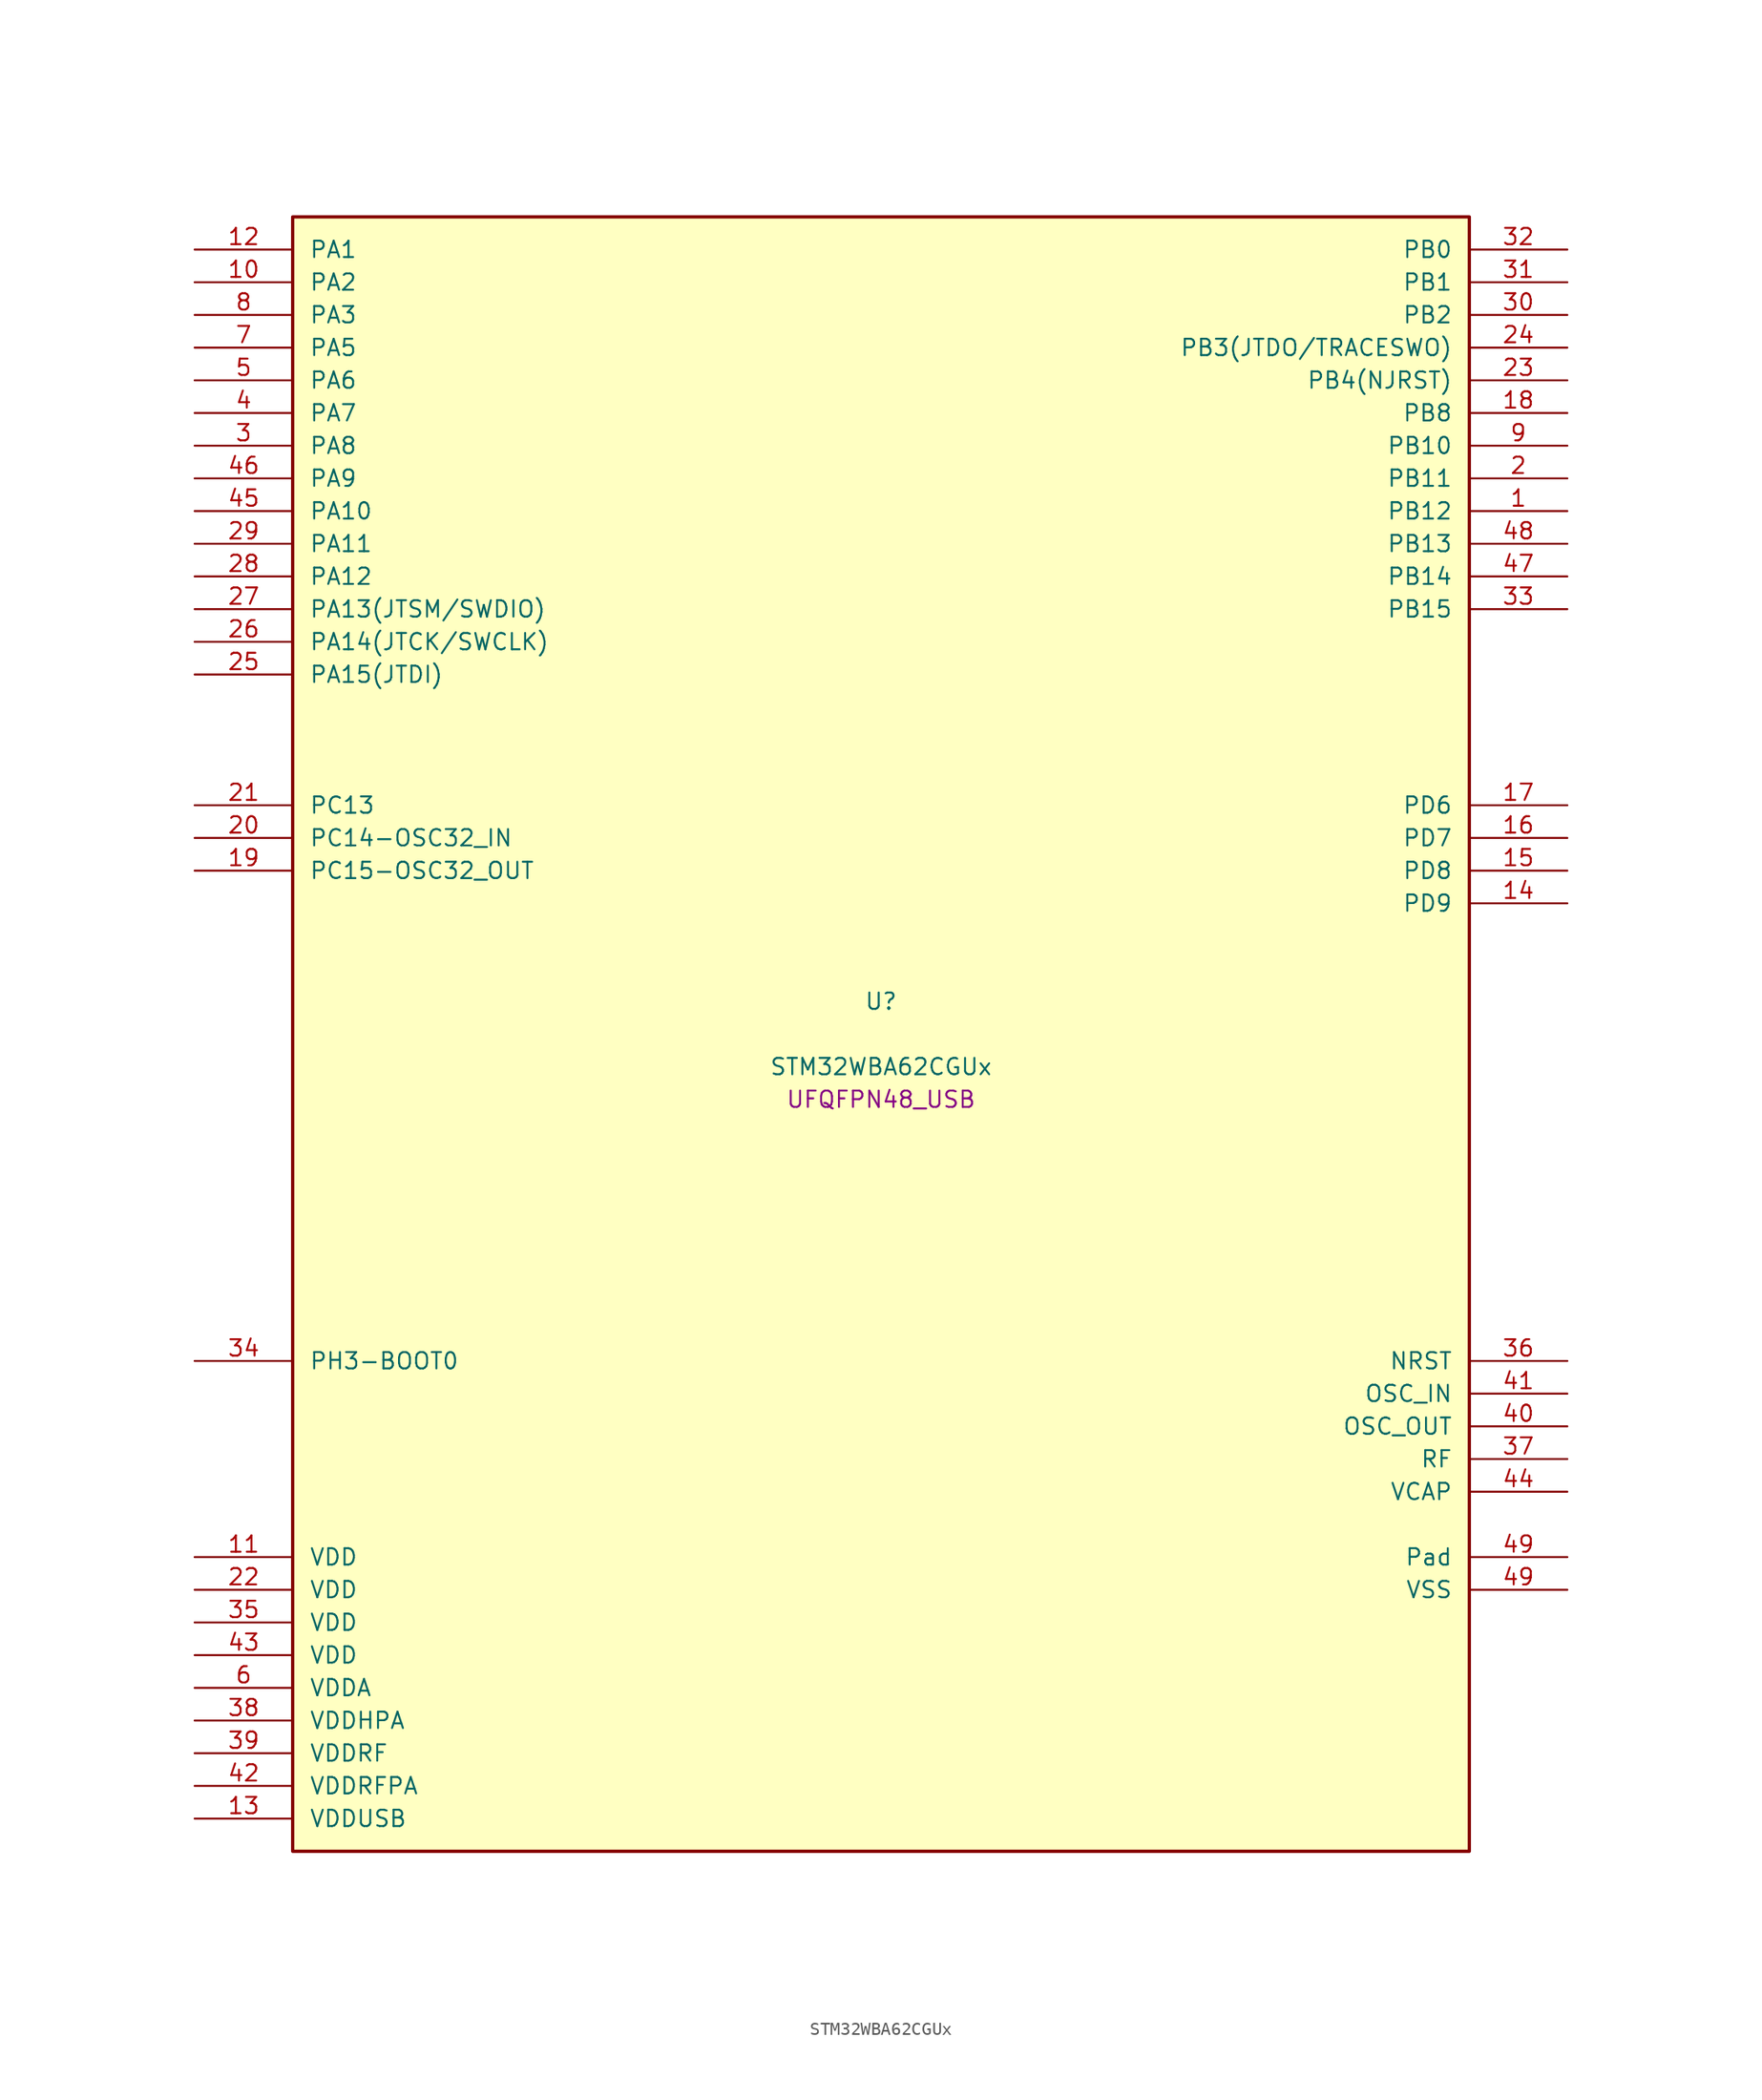
<source format=kicad_sym>
(kicad_symbol_lib
  (version 20241209)
  (generator "stm32_pkl_generator")
  (generator_version "1.0")
  (symbol "STM32WBA62CGUx"
    (pin_names
      (offset 1.27))
    (property "Reference" "U"
      (at 0 2.54 0))
    (property "Value" "STM32WBA62CGUx"
      (at 0 -2.54 0))
    (property "Footprint" "UFQFPN48_USB"
      (at 0 -5.08 0))
    (symbol "STM32WBA62CGUx_1_1"
      (rectangle (start -45.72 63.5) (end 45.72 -63.5) (stroke (width 0.254) (type solid)) (fill (type background)))
      (pin bidirectional line (at -53.34 60.96 0) (length 7.62) (name "PA1") (number "12") (alternate "PA1/ADC4_IN8" bidirectional line) (alternate "PA1/COMP1_INM" bidirectional line) (alternate "PA1/LPTIM2_CH2" bidirectional line) (alternate "PA1/LPUART1_RX" bidirectional line) (alternate "PA1/PWR_WKUP3" bidirectional line) (alternate "PA1/SAI1_CK1" bidirectional line) (alternate "PA1/SPI1_RDY" bidirectional line) (alternate "PA1/SPI3_MISO" bidirectional line) (alternate "PA1/TIM17_CH1" bidirectional line) (alternate "PA1/TIM1_CH1N" bidirectional line) (alternate "PA1/TIM3_CH2" bidirectional line) (alternate "PA1/TSC_G2_IO1" bidirectional line) (alternate "PA1/USART1_CK" bidirectional line))
      (pin bidirectional line (at -53.34 58.42 0) (length 7.62) (name "PA2") (number "10") (alternate "PA2/ADC4_IN7" bidirectional line) (alternate "PA2/COMP1_INP" bidirectional line) (alternate "PA2/LPUART1_TX" bidirectional line) (alternate "PA2/PWR_WKUP4" bidirectional line) (alternate "PA2/RCC_LSCO" bidirectional line) (alternate "PA2/SAI1_D1" bidirectional line) (alternate "PA2/TIM16_CH1" bidirectional line) (alternate "PA2/TIM1_BKIN" bidirectional line) (alternate "PA2/TIM3_CH1" bidirectional line) (alternate "PA2/TSC_G4_IO4" bidirectional line) (alternate "PA2/USART1_DE" bidirectional line) (alternate "PA2/USART1_RTS" bidirectional line))
      (pin bidirectional line (at -53.34 55.88 0) (length 7.62) (name "PA3") (number "8") (alternate "PA3/ADC4_IN6" bidirectional line) (alternate "PA3/PWR_WKUP5" bidirectional line) (alternate "PA3/TIM16_CH1N" bidirectional line) (alternate "PA3/TSC_G4_IO2" bidirectional line) (alternate "PA3/USART1_DE" bidirectional line) (alternate "PA3/USART1_RTS" bidirectional line))
      (pin bidirectional line (at -53.34 53.34 0) (length 7.62) (name "PA5") (number "7") (alternate "PA5/ADC4_IN4" bidirectional line) (alternate "PA5/AUDIOCLK" bidirectional line) (alternate "PA5/LPTIM2_ETR" bidirectional line) (alternate "PA5/PWR_CSLEEP" bidirectional line) (alternate "PA5/PWR_WKUP6" bidirectional line) (alternate "PA5/SAI1_D2" bidirectional line) (alternate "PA5/SPI3_NSS" bidirectional line) (alternate "PA5/TIM2_CH1" bidirectional line) (alternate "PA5/TIM2_ETR" bidirectional line) (alternate "PA5/TSC_G1_IO4" bidirectional line) (alternate "PA5/USART1_CK" bidirectional line) (alternate "PA5/USART3_RX" bidirectional line))
      (pin bidirectional line (at -53.34 50.8 0) (length 7.62) (name "PA6") (number "5") (alternate "PA6/ADC4_IN3" bidirectional line) (alternate "PA6/I2C3_SCL" bidirectional line) (alternate "PA6/PWR_CSTOP" bidirectional line) (alternate "PA6/PWR_WKUP7" bidirectional line) (alternate "PA6/SAI1_CK2" bidirectional line) (alternate "PA6/SAI1_MCLK_A" bidirectional line) (alternate "PA6/SPI3_RDY" bidirectional line) (alternate "PA6/TIM2_CH4" bidirectional line) (alternate "PA6/TSC_G1_IO3" bidirectional line) (alternate "PA6/USART1_DE" bidirectional line) (alternate "PA6/USART1_RTS" bidirectional line) (alternate "PA6/USART3_CTS" bidirectional line))
      (pin bidirectional line (at -53.34 48.26 0) (length 7.62) (name "PA7") (number "4") (alternate "PA7/ADC4_IN2" bidirectional line) (alternate "PA7/COMP1_OUT" bidirectional line) (alternate "PA7/I2C3_SDA" bidirectional line) (alternate "PA7/PWR_WKUP8" bidirectional line) (alternate "PA7/SAI1_SCK_A" bidirectional line) (alternate "PA7/SPI3_SCK" bidirectional line) (alternate "PA7/TAMP_IN1" bidirectional line) (alternate "PA7/TAMP_OUT2" bidirectional line) (alternate "PA7/TIM2_CH3" bidirectional line) (alternate "PA7/TSC_G1_IO2" bidirectional line) (alternate "PA7/USART1_CTS" bidirectional line) (alternate "PA7/USART3_TX" bidirectional line))
      (pin bidirectional line (at -53.34 45.72 0) (length 7.62) (name "PA8") (number "3") (alternate "PA8/ADC4_IN1" bidirectional line) (alternate "PA8/LPTIM1_CH2" bidirectional line) (alternate "PA8/RCC_MCO" bidirectional line) (alternate "PA8/SAI1_FS_A" bidirectional line) (alternate "PA8/SPI3_RDY" bidirectional line) (alternate "PA8/TIM2_CH2" bidirectional line) (alternate "PA8/TSC_G1_IO1" bidirectional line) (alternate "PA8/USART1_RX" bidirectional line) (alternate "PA8/USB_OTG_HS_SOF" bidirectional line))
      (pin bidirectional line (at -53.34 43.18 0) (length 7.62) (name "PA9") (number "46") (alternate "PA9/LPUART1_DE" bidirectional line) (alternate "PA9/LPUART1_RTS" bidirectional line) (alternate "PA9/SAI1_CK1" bidirectional line) (alternate "PA9/TIM3_CH2" bidirectional line))
      (pin bidirectional line (at -53.34 40.64 0) (length 7.62) (name "PA10") (number "45") (alternate "PA10/LPUART1_RX" bidirectional line) (alternate "PA10/SAI1_D1" bidirectional line) (alternate "PA10/TIM3_CH1" bidirectional line))
      (pin bidirectional line (at -53.34 38.1 0) (length 7.62) (name "PA11") (number "29") (alternate "PA11/LPTIM2_CH1" bidirectional line) (alternate "PA11/RF_ANTSW1" bidirectional line) (alternate "PA11/TIM1_CH1" bidirectional line) (alternate "PA11/USART2_RX" bidirectional line))
      (pin bidirectional line (at -53.34 35.56 0) (length 7.62) (name "PA12") (number "28") (alternate "PA12/PTA_STATUS" bidirectional line) (alternate "PA12/PWR_WKUP6" bidirectional line) (alternate "PA12/RF_ANTSW0" bidirectional line) (alternate "PA12/SPI1_NSS" bidirectional line) (alternate "PA12/TIM1_CH2" bidirectional line) (alternate "PA12/TSC_G3_IO4" bidirectional line) (alternate "PA12/USART2_TX" bidirectional line))
      (pin bidirectional line (at -53.34 33.02 0) (length 7.62) (name "PA13(JTSM/SWDIO)") (number "27") (alternate "PA13(JTSM/SWDIO)/DEBUG_JTMS-SWDIO" bidirectional line) (alternate "PA13(JTSM/SWDIO)/PTA_PRIORITY" bidirectional line))
      (pin bidirectional line (at -53.34 30.48 0) (length 7.62) (name "PA14(JTCK/SWCLK)") (number "26") (alternate "PA14(JTCK/SWCLK)/DEBUG_JTCK-SWCLK" bidirectional line) (alternate "PA14(JTCK/SWCLK)/I2C4_SMBA" bidirectional line) (alternate "PA14(JTCK/SWCLK)/PTA_STATUS" bidirectional line) (alternate "PA14(JTCK/SWCLK)/TAMP_IN3" bidirectional line) (alternate "PA14(JTCK/SWCLK)/TAMP_OUT6" bidirectional line) (alternate "PA14(JTCK/SWCLK)/USART2_TX" bidirectional line) (alternate "PA14(JTCK/SWCLK)/USB_OTG_HS_SOF" bidirectional line))
      (pin bidirectional line (at -53.34 27.94 0) (length 7.62) (name "PA15(JTDI)") (number "25") (alternate "PA15(JTDI)/ADC4_EXTI15" bidirectional line) (alternate "PA15(JTDI)/DEBUG_JTDI" bidirectional line) (alternate "PA15(JTDI)/I2C1_SCL" bidirectional line) (alternate "PA15(JTDI)/LPTIM1_CH2" bidirectional line) (alternate "PA15(JTDI)/PTA_STATUS" bidirectional line) (alternate "PA15(JTDI)/SPI1_MOSI" bidirectional line) (alternate "PA15(JTDI)/TIM17_BKIN" bidirectional line) (alternate "PA15(JTDI)/TIM1_ETR" bidirectional line) (alternate "PA15(JTDI)/TSC_G3_IO3" bidirectional line) (alternate "PA15(JTDI)/USART2_DE" bidirectional line) (alternate "PA15(JTDI)/USART2_RTS" bidirectional line) (alternate "PA15(JTDI)/USART3_DE" bidirectional line) (alternate "PA15(JTDI)/USART3_RTS" bidirectional line))
      (pin bidirectional line (at 53.34 60.96 180) (length 7.62) (name "PB0") (number "32") (alternate "PB0/LPTIM2_IN2" bidirectional line) (alternate "PB0/TIM1_CH3N" bidirectional line) (alternate "PB0/USART2_TX" bidirectional line) (alternate "PB0/USART3_CK" bidirectional line))
      (pin bidirectional line (at 53.34 58.42 180) (length 7.62) (name "PB1") (number "31") (alternate "PB1/I2C1_SDA" bidirectional line) (alternate "PB1/I2C3_SDA" bidirectional line) (alternate "PB1/PWR_WKUP4" bidirectional line) (alternate "PB1/TIM1_CH2N" bidirectional line) (alternate "PB1/USART2_DE" bidirectional line) (alternate "PB1/USART2_RTS" bidirectional line) (alternate "PB1/USART3_DE" bidirectional line) (alternate "PB1/USART3_RTS" bidirectional line))
      (pin bidirectional line (at 53.34 55.88 180) (length 7.62) (name "PB2") (number "30") (alternate "PB2/I2C1_SCL" bidirectional line) (alternate "PB2/I2C3_SCL" bidirectional line) (alternate "PB2/PWR_WKUP1" bidirectional line) (alternate "PB2/RF_ANTSW2" bidirectional line) (alternate "PB2/RTC_OUT2" bidirectional line) (alternate "PB2/TIM1_CH1N" bidirectional line) (alternate "PB2/USART2_CTS" bidirectional line))
      (pin bidirectional line (at 53.34 53.34 180) (length 7.62) (name "PB3(JTDO/TRACESWO)") (number "24") (alternate "PB3(JTDO/TRACESWO)/DEBUG_JTDO-SWO" bidirectional line) (alternate "PB3(JTDO/TRACESWO)/I2C1_SDA" bidirectional line) (alternate "PB3(JTDO/TRACESWO)/LPTIM1_IN2" bidirectional line) (alternate "PB3(JTDO/TRACESWO)/PTA_ACTIVE" bidirectional line) (alternate "PB3(JTDO/TRACESWO)/SPI1_MISO" bidirectional line) (alternate "PB3(JTDO/TRACESWO)/TIM17_CH1N" bidirectional line) (alternate "PB3(JTDO/TRACESWO)/TIM1_CH4" bidirectional line) (alternate "PB3(JTDO/TRACESWO)/TSC_G3_IO2" bidirectional line) (alternate "PB3(JTDO/TRACESWO)/USART2_CK" bidirectional line))
      (pin bidirectional line (at 53.34 50.8 180) (length 7.62) (name "PB4(NJRST)") (number "23") (alternate "PB4(NJRST)/DEBUG_NJTRST" bidirectional line) (alternate "PB4(NJRST)/LPTIM2_IN2" bidirectional line) (alternate "PB4(NJRST)/PTA_ACTIVE" bidirectional line) (alternate "PB4(NJRST)/PTA_PRIORITY" bidirectional line) (alternate "PB4(NJRST)/SAI1_MCLK_B" bidirectional line) (alternate "PB4(NJRST)/SPI1_SCK" bidirectional line) (alternate "PB4(NJRST)/TIM17_CH1" bidirectional line) (alternate "PB4(NJRST)/TIM1_CH3" bidirectional line) (alternate "PB4(NJRST)/TSC_G3_IO1" bidirectional line) (alternate "PB4(NJRST)/USART2_RX" bidirectional line))
      (pin bidirectional line (at 53.34 48.26 180) (length 7.62) (name "PB8") (number "18") (alternate "PB8/COMP1_OUT" bidirectional line) (alternate "PB8/LPTIM1_ETR" bidirectional line) (alternate "PB8/PWR_PVD_IN" bidirectional line) (alternate "PB8/SPI3_MOSI" bidirectional line) (alternate "PB8/TIM16_CH1N" bidirectional line) (alternate "PB8/TIM1_CH1" bidirectional line) (alternate "PB8/TIM3_ETR" bidirectional line) (alternate "PB8/TIM4_CH3" bidirectional line) (alternate "PB8/TSC_G2_IO4" bidirectional line) (alternate "PB8/USART2_RX" bidirectional line))
      (pin bidirectional line (at 53.34 45.72 180) (length 7.62) (name "PB10") (number "9") (alternate "PB10/I2C2_SCL" bidirectional line) (alternate "PB10/I2C4_SCL" bidirectional line) (alternate "PB10/TIM16_BKIN" bidirectional line) (alternate "PB10/TSC_G4_IO3" bidirectional line) (alternate "PB10/USART1_CK" bidirectional line) (alternate "PB10/USART3_TX" bidirectional line))
      (pin bidirectional line (at 53.34 43.18 180) (length 7.62) (name "PB11") (number "2") (alternate "PB11/I2C2_SDA" bidirectional line) (alternate "PB11/I2C4_SDA" bidirectional line) (alternate "PB11/LPTIM1_CH1" bidirectional line) (alternate "PB11/LPTIM1_ETR" bidirectional line) (alternate "PB11/LPUART1_TX" bidirectional line) (alternate "PB11/USART3_RX" bidirectional line))
      (pin bidirectional line (at 53.34 40.64 180) (length 7.62) (name "PB12") (number "1") (alternate "PB12/I2C2_SMBA" bidirectional line) (alternate "PB12/SAI1_SD_A" bidirectional line) (alternate "PB12/SPI1_RDY" bidirectional line) (alternate "PB12/TIM2_CH1" bidirectional line) (alternate "PB12/TIM2_ETR" bidirectional line) (alternate "PB12/TIM3_ETR" bidirectional line) (alternate "PB12/TSC_SYNC" bidirectional line) (alternate "PB12/USART1_TX" bidirectional line) (alternate "PB12/USART3_CK" bidirectional line))
      (pin bidirectional line (at 53.34 38.1 180) (length 7.62) (name "PB13") (number "48") (alternate "PB13/I2C2_SCL" bidirectional line) (alternate "PB13/TIM3_CH4" bidirectional line) (alternate "PB13/TSC_G6_IO2" bidirectional line) (alternate "PB13/USART3_CTS" bidirectional line))
      (pin bidirectional line (at 53.34 35.56 180) (length 7.62) (name "PB14") (number "47") (alternate "PB14/I2C2_SDA" bidirectional line) (alternate "PB14/PWR_WKUP7" bidirectional line) (alternate "PB14/RTC_REFIN" bidirectional line) (alternate "PB14/SAI1_SD_A" bidirectional line) (alternate "PB14/TIM3_CH3" bidirectional line) (alternate "PB14/TSC_G6_IO1" bidirectional line) (alternate "PB14/USART1_TX" bidirectional line) (alternate "PB14/USART3_DE" bidirectional line) (alternate "PB14/USART3_RTS" bidirectional line))
      (pin bidirectional line (at 53.34 33.02 180) (length 7.62) (name "PB15") (number "33") (alternate "PB15/ADC4_EXTI15" bidirectional line) (alternate "PB15/I2C1_SMBA" bidirectional line) (alternate "PB15/I2C3_SMBA" bidirectional line) (alternate "PB15/LPUART1_CTS" bidirectional line) (alternate "PB15/PTA_GRANT" bidirectional line) (alternate "PB15/RF_EXTPABYP" bidirectional line) (alternate "PB15/TIM16_BKIN" bidirectional line) (alternate "PB15/TIM1_BKIN2" bidirectional line) (alternate "PB15/USART2_CTS" bidirectional line))
      (pin bidirectional line (at -53.34 17.78 0) (length 7.62) (name "PC13") (number "21") (alternate "PC13/PWR_WKUP2" bidirectional line) (alternate "PC13/RTC_OUT1" bidirectional line) (alternate "PC13/RTC_TS" bidirectional line) (alternate "PC13/TAMP_IN4" bidirectional line) (alternate "PC13/TAMP_OUT5" bidirectional line) (alternate "PC13/TIM1_BKIN2" bidirectional line) (alternate "PC13/TSC_G5_IO1" bidirectional line))
      (pin bidirectional line (at -53.34 15.24 0) (length 7.62) (name "PC14-OSC32_IN") (number "20") (alternate "PC14-OSC32_IN/RCC_OSC32_IN" bidirectional line))
      (pin bidirectional line (at -53.34 12.7 0) (length 7.62) (name "PC15-OSC32_OUT") (number "19") (alternate "PC15-OSC32_OUT/ADC4_EXTI15" bidirectional line) (alternate "PC15-OSC32_OUT/RCC_OSC32_OUT" bidirectional line))
      (pin bidirectional line (at 53.34 17.78 180) (length 7.62) (name "PD6") (number "17") (alternate "PD6/USB_OTG_HS_DP" bidirectional line))
      (pin bidirectional line (at 53.34 15.24 180) (length 7.62) (name "PD7") (number "16") (alternate "PD7/USB_OTG_HS_DM" bidirectional line))
      (pin bidirectional line (at 53.34 12.7 180) (length 7.62) (name "PD8") (number "15") (alternate "PD8/USART2_CK" bidirectional line) (alternate "PD8/USB_OTG_HS_ID" bidirectional line))
      (pin bidirectional line (at 53.34 10.16 180) (length 7.62) (name "PD9") (number "14") (alternate "PD9/USART2_TX" bidirectional line) (alternate "PD9/USART3_TX" bidirectional line) (alternate "PD9/USB_OTG_HS_VBUS" bidirectional line))
      (pin bidirectional line (at -53.34 -25.4 0) (length 7.62) (name "PH3-BOOT0") (number "34") (alternate "PH3-BOOT0/PTA_GRANT" bidirectional line) (alternate "PH3-BOOT0/RF_EXTPABYP" bidirectional line) (alternate "PH3-BOOT0/TAMP_IN2" bidirectional line) (alternate "PH3-BOOT0/TAMP_OUT1" bidirectional line))
      (pin input line (at 53.34 -25.4 180) (length 7.62) (name "NRST") (number "36"))
      (pin bidirectional line (at 53.34 -27.94 180) (length 7.62) (name "OSC_IN") (number "41") (alternate "OSC_IN/RCC_OSC_IN" bidirectional line))
      (pin bidirectional line (at 53.34 -30.48 180) (length 7.62) (name "OSC_OUT") (number "40") (alternate "OSC_OUT/RCC_OSC_OUT" bidirectional line))
      (pin bidirectional line (at 53.34 -33.02 180) (length 7.62) (name "RF") (number "37"))
      (pin power_in line (at 53.34 -35.56 180) (length 7.62) (name "VCAP") (number "44"))
      (pin power_in line (at -53.34 -40.64 0) (length 7.62) (name "VDD") (number "11"))
      (pin power_in line (at -53.34 -43.18 0) (length 7.62) (name "VDD") (number "22"))
      (pin power_in line (at -53.34 -45.72 0) (length 7.62) (name "VDD") (number "35"))
      (pin power_in line (at -53.34 -48.26 0) (length 7.62) (name "VDD") (number "43"))
      (pin power_in line (at -53.34 -50.8 0) (length 7.62) (name "VDDA") (number "6"))
      (pin power_in line (at -53.34 -53.34 0) (length 7.62) (name "VDDHPA") (number "38"))
      (pin power_in line (at -53.34 -55.88 0) (length 7.62) (name "VDDRF") (number "39"))
      (pin power_in line (at -53.34 -58.42 0) (length 7.62) (name "VDDRFPA") (number "42"))
      (pin power_in line (at -53.34 -60.96 0) (length 7.62) (name "VDDUSB") (number "13"))
      (pin passive line (at 53.34 -40.64 180) (length 7.62) (name "Pad") (number "49"))
      (pin power_in line (at 53.34 -43.18 180) (length 7.62) (name "VSS") (number "49")))))
</source>
